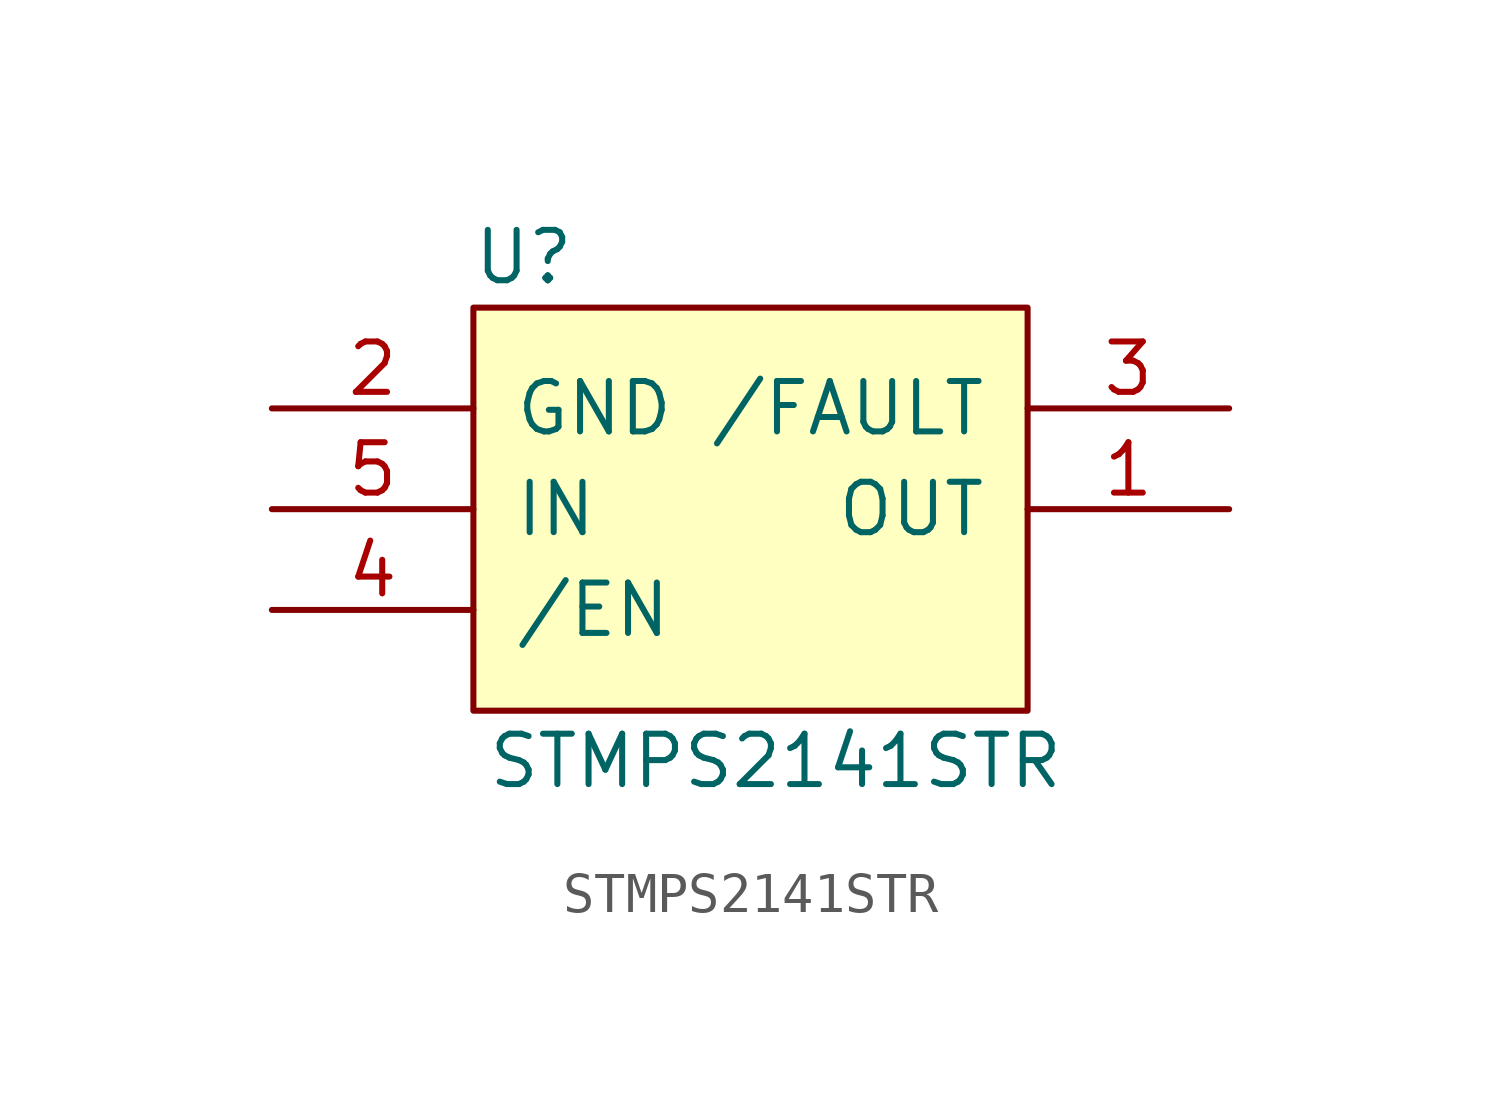
<source format=kicad_sym>
(kicad_symbol_lib
  (version 20211014)
  (generator kicad_symbol_editor)
  (symbol "STMPS2141STR"
    (pin_names
      (offset 1.016))
    (property "Reference" "U"
      (at -5.08 5.08 0)
      (effects (font (size 1.27 1.27))))
    (property "Value" "STMPS2141STR"
      (at 1.27 -7.62 0)
      (effects (font (size 1.27 1.27))))
    (symbol "STMPS2141STR_0_1"
      (rectangle (start -6.35 3.81) (end 7.62 -6.35) (stroke (width 0) (type default) (color 0 0 0 0)) (fill (type background))))
    (symbol "STMPS2141STR_1_1"
      (pin output line (at 12.7 -1.27 180) (length 5.08) (name "OUT" (effects (font (size 1.27 1.27)))) (number "1" (effects (font (size 1.27 1.27)))))
      (pin bidirectional line (at -11.43 1.27 0) (length 5.08) (name "GND" (effects (font (size 1.27 1.27)))) (number "2" (effects (font (size 1.27 1.27)))))
      (pin bidirectional line (at 12.7 1.27 180) (length 5.08) (name "/FAULT" (effects (font (size 1.27 1.27)))) (number "3" (effects (font (size 1.27 1.27)))))
      (pin bidirectional line (at -11.43 -3.81 0) (length 5.08) (name "/EN" (effects (font (size 1.27 1.27)))) (number "4" (effects (font (size 1.27 1.27)))))
      (pin input line (at -11.43 -1.27 0) (length 5.08) (name "IN" (effects (font (size 1.27 1.27)))) (number "5" (effects (font (size 1.27 1.27))))))))
</source>
